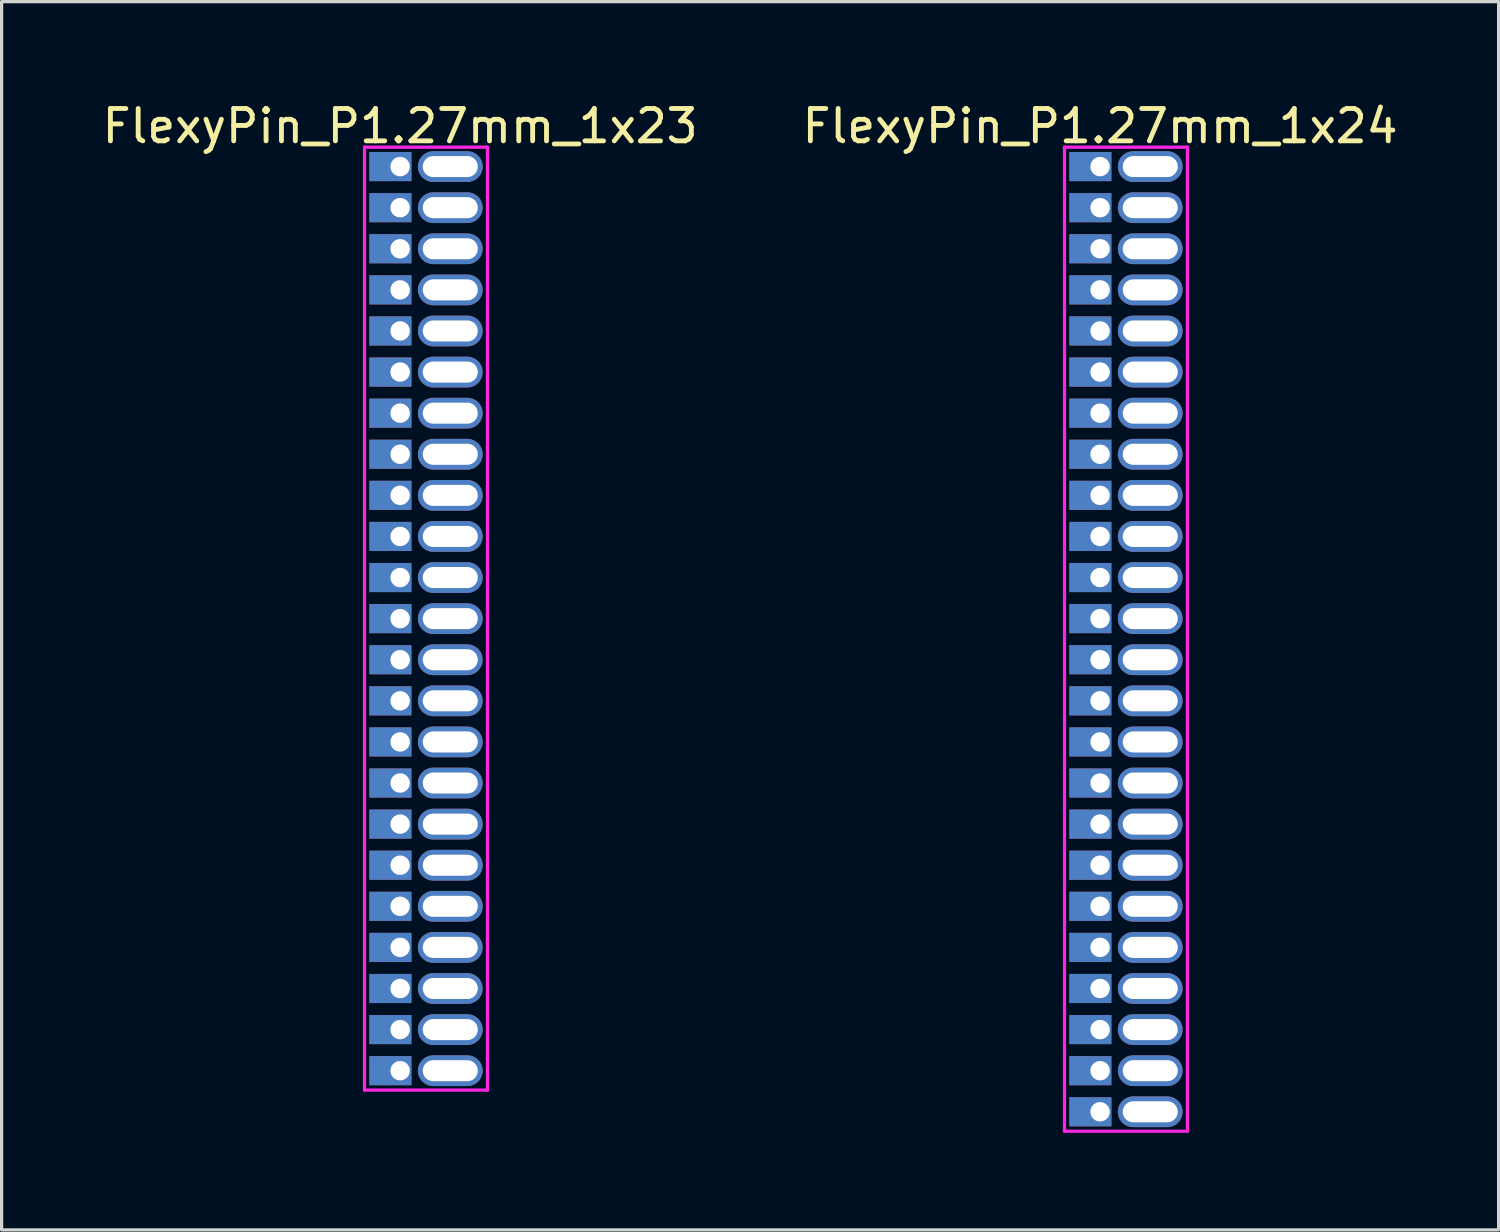
<source format=kicad_pcb>
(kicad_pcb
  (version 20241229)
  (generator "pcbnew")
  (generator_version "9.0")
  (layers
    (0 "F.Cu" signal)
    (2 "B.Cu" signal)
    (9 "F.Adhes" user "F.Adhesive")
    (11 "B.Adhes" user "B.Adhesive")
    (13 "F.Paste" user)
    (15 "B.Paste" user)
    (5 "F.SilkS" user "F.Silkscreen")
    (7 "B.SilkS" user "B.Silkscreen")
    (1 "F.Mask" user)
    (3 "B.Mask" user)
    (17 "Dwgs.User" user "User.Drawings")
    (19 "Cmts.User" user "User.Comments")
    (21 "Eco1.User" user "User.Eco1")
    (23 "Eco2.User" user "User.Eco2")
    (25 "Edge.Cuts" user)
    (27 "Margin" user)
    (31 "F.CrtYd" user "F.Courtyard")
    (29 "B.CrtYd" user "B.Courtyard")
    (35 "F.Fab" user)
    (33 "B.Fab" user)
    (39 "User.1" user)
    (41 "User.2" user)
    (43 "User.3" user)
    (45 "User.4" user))
  (footprint "FlexyPin_P1.27mm_1x24"
    (layer "F.Cu")
    (at 30.946 2.098)
    (property "Reference" "FlexyPin_P1.27mm_1x24" (at 0 -1.25 0) (layer "F.SilkS") (effects (font (size 1 1) (thickness 0.15))))
    (attr through_hole)
    (fp_line (start -1.1 -0.6) (end 2.7 -0.6) (stroke (width 0.1) (type solid)) (layer "F.CrtYd"))
    (fp_line (start -1.1 29.81) (end -1.1 -0.6) (stroke (width 0.1) (type solid)) (layer "F.CrtYd"))
    (fp_line (start 2.7 -0.6) (end 2.7 29.81) (stroke (width 0.1) (type solid)) (layer "F.CrtYd"))
    (fp_line (start 2.7 29.81) (end -1.1 29.81) (stroke (width 0.1) (type solid)) (layer "F.CrtYd"))
    (pad "" thru_hole oval (at 1.55 0) (size 2 0.95) (drill oval 1.7 0.65) (layers "*.Cu" "*.Mask"))
    (pad "" thru_hole oval (at 1.55 1.27) (size 2 0.95) (drill oval 1.7 0.65) (layers "*.Cu" "*.Mask"))
    (pad "" thru_hole oval (at 1.55 2.54) (size 2 0.95) (drill oval 1.7 0.65) (layers "*.Cu" "*.Mask"))
    (pad "" thru_hole oval (at 1.55 3.81) (size 2 0.95) (drill oval 1.7 0.65) (layers "*.Cu" "*.Mask"))
    (pad "" thru_hole oval (at 1.55 5.08) (size 2 0.95) (drill oval 1.7 0.65) (layers "*.Cu" "*.Mask"))
    (pad "" thru_hole oval (at 1.55 6.35) (size 2 0.95) (drill oval 1.7 0.65) (layers "*.Cu" "*.Mask"))
    (pad "" thru_hole oval (at 1.55 7.62) (size 2 0.95) (drill oval 1.7 0.65) (layers "*.Cu" "*.Mask"))
    (pad "" thru_hole oval (at 1.55 8.89) (size 2 0.95) (drill oval 1.7 0.65) (layers "*.Cu" "*.Mask"))
    (pad "" thru_hole oval (at 1.55 10.16) (size 2 0.95) (drill oval 1.7 0.65) (layers "*.Cu" "*.Mask"))
    (pad "" thru_hole oval (at 1.55 11.43) (size 2 0.95) (drill oval 1.7 0.65) (layers "*.Cu" "*.Mask"))
    (pad "" thru_hole oval (at 1.55 12.7) (size 2 0.95) (drill oval 1.7 0.65) (layers "*.Cu" "*.Mask"))
    (pad "" thru_hole oval (at 1.55 13.97) (size 2 0.95) (drill oval 1.7 0.65) (layers "*.Cu" "*.Mask"))
    (pad "" thru_hole oval (at 1.55 15.24) (size 2 0.95) (drill oval 1.7 0.65) (layers "*.Cu" "*.Mask"))
    (pad "" thru_hole oval (at 1.55 16.51) (size 2 0.95) (drill oval 1.7 0.65) (layers "*.Cu" "*.Mask"))
    (pad "" thru_hole oval (at 1.55 17.78) (size 2 0.95) (drill oval 1.7 0.65) (layers "*.Cu" "*.Mask"))
    (pad "" thru_hole oval (at 1.55 19.05) (size 2 0.95) (drill oval 1.7 0.65) (layers "*.Cu" "*.Mask"))
    (pad "" thru_hole oval (at 1.55 20.32) (size 2 0.95) (drill oval 1.7 0.65) (layers "*.Cu" "*.Mask"))
    (pad "" thru_hole oval (at 1.55 21.59) (size 2 0.95) (drill oval 1.7 0.65) (layers "*.Cu" "*.Mask"))
    (pad "" thru_hole oval (at 1.55 22.86) (size 2 0.95) (drill oval 1.7 0.65) (layers "*.Cu" "*.Mask"))
    (pad "" thru_hole oval (at 1.55 24.13) (size 2 0.95) (drill oval 1.7 0.65) (layers "*.Cu" "*.Mask"))
    (pad "" thru_hole oval (at 1.55 25.4) (size 2 0.95) (drill oval 1.7 0.65) (layers "*.Cu" "*.Mask"))
    (pad "" thru_hole oval (at 1.55 26.67) (size 2 0.95) (drill oval 1.7 0.65) (layers "*.Cu" "*.Mask"))
    (pad "" thru_hole oval (at 1.55 27.94) (size 2 0.95) (drill oval 1.7 0.65) (layers "*.Cu" "*.Mask"))
    (pad "" thru_hole oval (at 1.55 29.21) (size 2 0.95) (drill oval 1.7 0.65) (layers "*.Cu" "*.Mask"))
    (pad "1" thru_hole rect (at 0 0) (size 1.3 0.9) (drill 0.6 (offset -0.3 0)) (layers "*.Cu" "*.Mask"))
    (pad "2" thru_hole rect (at 0 1.27) (size 1.3 0.9) (drill 0.6 (offset -0.3 0)) (layers "*.Cu" "*.Mask"))
    (pad "3" thru_hole rect (at 0 2.54) (size 1.3 0.9) (drill 0.6 (offset -0.3 0)) (layers "*.Cu" "*.Mask"))
    (pad "4" thru_hole rect (at 0 3.81) (size 1.3 0.9) (drill 0.6 (offset -0.3 0)) (layers "*.Cu" "*.Mask"))
    (pad "5" thru_hole rect (at 0 5.08) (size 1.3 0.9) (drill 0.6 (offset -0.3 0)) (layers "*.Cu" "*.Mask"))
    (pad "6" thru_hole rect (at 0 6.35) (size 1.3 0.9) (drill 0.6 (offset -0.3 0)) (layers "*.Cu" "*.Mask"))
    (pad "7" thru_hole rect (at 0 7.62) (size 1.3 0.9) (drill 0.6 (offset -0.3 0)) (layers "*.Cu" "*.Mask"))
    (pad "8" thru_hole rect (at 0 8.89) (size 1.3 0.9) (drill 0.6 (offset -0.3 0)) (layers "*.Cu" "*.Mask"))
    (pad "9" thru_hole rect (at 0 10.16) (size 1.3 0.9) (drill 0.6 (offset -0.3 0)) (layers "*.Cu" "*.Mask"))
    (pad "10" thru_hole rect (at 0 11.43) (size 1.3 0.9) (drill 0.6 (offset -0.3 0)) (layers "*.Cu" "*.Mask"))
    (pad "11" thru_hole rect (at 0 12.7) (size 1.3 0.9) (drill 0.6 (offset -0.3 0)) (layers "*.Cu" "*.Mask"))
    (pad "12" thru_hole rect (at 0 13.97) (size 1.3 0.9) (drill 0.6 (offset -0.3 0)) (layers "*.Cu" "*.Mask"))
    (pad "13" thru_hole rect (at 0 15.24) (size 1.3 0.9) (drill 0.6 (offset -0.3 0)) (layers "*.Cu" "*.Mask"))
    (pad "14" thru_hole rect (at 0 16.51) (size 1.3 0.9) (drill 0.6 (offset -0.3 0)) (layers "*.Cu" "*.Mask"))
    (pad "15" thru_hole rect (at 0 17.78) (size 1.3 0.9) (drill 0.6 (offset -0.3 0)) (layers "*.Cu" "*.Mask"))
    (pad "16" thru_hole rect (at 0 19.05) (size 1.3 0.9) (drill 0.6 (offset -0.3 0)) (layers "*.Cu" "*.Mask"))
    (pad "17" thru_hole rect (at 0 20.32) (size 1.3 0.9) (drill 0.6 (offset -0.3 0)) (layers "*.Cu" "*.Mask"))
    (pad "18" thru_hole rect (at 0 21.59) (size 1.3 0.9) (drill 0.6 (offset -0.3 0)) (layers "*.Cu" "*.Mask"))
    (pad "19" thru_hole rect (at 0 22.86) (size 1.3 0.9) (drill 0.6 (offset -0.3 0)) (layers "*.Cu" "*.Mask"))
    (pad "20" thru_hole rect (at 0 24.13) (size 1.3 0.9) (drill 0.6 (offset -0.3 0)) (layers "*.Cu" "*.Mask"))
    (pad "21" thru_hole rect (at 0 25.4) (size 1.3 0.9) (drill 0.6 (offset -0.3 0)) (layers "*.Cu" "*.Mask"))
    (pad "22" thru_hole rect (at 0 26.67) (size 1.3 0.9) (drill 0.6 (offset -0.3 0)) (layers "*.Cu" "*.Mask"))
    (pad "23" thru_hole rect (at 0 27.94) (size 1.3 0.9) (drill 0.6 (offset -0.3 0)) (layers "*.Cu" "*.Mask"))
    (pad "24" thru_hole rect (at 0 29.21) (size 1.3 0.9) (drill 0.6 (offset -0.3 0)) (layers "*.Cu" "*.Mask")))
  (footprint "FlexyPin_P1.27mm_1x23"
    (layer "F.Cu")
    (at 9.315 2.098)
    (property "Reference" "FlexyPin_P1.27mm_1x23" (at 0 -1.25 0) (layer "F.SilkS") (effects (font (size 1 1) (thickness 0.15))))
    (attr through_hole)
    (fp_line (start -1.1 -0.6) (end 2.7 -0.6) (stroke (width 0.1) (type solid)) (layer "F.CrtYd"))
    (fp_line (start -1.1 28.54) (end -1.1 -0.6) (stroke (width 0.1) (type solid)) (layer "F.CrtYd"))
    (fp_line (start 2.7 -0.6) (end 2.7 28.54) (stroke (width 0.1) (type solid)) (layer "F.CrtYd"))
    (fp_line (start 2.7 28.54) (end -1.1 28.54) (stroke (width 0.1) (type solid)) (layer "F.CrtYd"))
    (pad "" thru_hole oval (at 1.55 0) (size 2 0.95) (drill oval 1.7 0.65) (layers "*.Cu" "*.Mask"))
    (pad "" thru_hole oval (at 1.55 1.27) (size 2 0.95) (drill oval 1.7 0.65) (layers "*.Cu" "*.Mask"))
    (pad "" thru_hole oval (at 1.55 2.54) (size 2 0.95) (drill oval 1.7 0.65) (layers "*.Cu" "*.Mask"))
    (pad "" thru_hole oval (at 1.55 3.81) (size 2 0.95) (drill oval 1.7 0.65) (layers "*.Cu" "*.Mask"))
    (pad "" thru_hole oval (at 1.55 5.08) (size 2 0.95) (drill oval 1.7 0.65) (layers "*.Cu" "*.Mask"))
    (pad "" thru_hole oval (at 1.55 6.35) (size 2 0.95) (drill oval 1.7 0.65) (layers "*.Cu" "*.Mask"))
    (pad "" thru_hole oval (at 1.55 7.62) (size 2 0.95) (drill oval 1.7 0.65) (layers "*.Cu" "*.Mask"))
    (pad "" thru_hole oval (at 1.55 8.89) (size 2 0.95) (drill oval 1.7 0.65) (layers "*.Cu" "*.Mask"))
    (pad "" thru_hole oval (at 1.55 10.16) (size 2 0.95) (drill oval 1.7 0.65) (layers "*.Cu" "*.Mask"))
    (pad "" thru_hole oval (at 1.55 11.43) (size 2 0.95) (drill oval 1.7 0.65) (layers "*.Cu" "*.Mask"))
    (pad "" thru_hole oval (at 1.55 12.7) (size 2 0.95) (drill oval 1.7 0.65) (layers "*.Cu" "*.Mask"))
    (pad "" thru_hole oval (at 1.55 13.97) (size 2 0.95) (drill oval 1.7 0.65) (layers "*.Cu" "*.Mask"))
    (pad "" thru_hole oval (at 1.55 15.24) (size 2 0.95) (drill oval 1.7 0.65) (layers "*.Cu" "*.Mask"))
    (pad "" thru_hole oval (at 1.55 16.51) (size 2 0.95) (drill oval 1.7 0.65) (layers "*.Cu" "*.Mask"))
    (pad "" thru_hole oval (at 1.55 17.78) (size 2 0.95) (drill oval 1.7 0.65) (layers "*.Cu" "*.Mask"))
    (pad "" thru_hole oval (at 1.55 19.05) (size 2 0.95) (drill oval 1.7 0.65) (layers "*.Cu" "*.Mask"))
    (pad "" thru_hole oval (at 1.55 20.32) (size 2 0.95) (drill oval 1.7 0.65) (layers "*.Cu" "*.Mask"))
    (pad "" thru_hole oval (at 1.55 21.59) (size 2 0.95) (drill oval 1.7 0.65) (layers "*.Cu" "*.Mask"))
    (pad "" thru_hole oval (at 1.55 22.86) (size 2 0.95) (drill oval 1.7 0.65) (layers "*.Cu" "*.Mask"))
    (pad "" thru_hole oval (at 1.55 24.13) (size 2 0.95) (drill oval 1.7 0.65) (layers "*.Cu" "*.Mask"))
    (pad "" thru_hole oval (at 1.55 25.4) (size 2 0.95) (drill oval 1.7 0.65) (layers "*.Cu" "*.Mask"))
    (pad "" thru_hole oval (at 1.55 26.67) (size 2 0.95) (drill oval 1.7 0.65) (layers "*.Cu" "*.Mask"))
    (pad "" thru_hole oval (at 1.55 27.94) (size 2 0.95) (drill oval 1.7 0.65) (layers "*.Cu" "*.Mask"))
    (pad "1" thru_hole rect (at 0 0) (size 1.3 0.9) (drill 0.6 (offset -0.3 0)) (layers "*.Cu" "*.Mask"))
    (pad "2" thru_hole rect (at 0 1.27) (size 1.3 0.9) (drill 0.6 (offset -0.3 0)) (layers "*.Cu" "*.Mask"))
    (pad "3" thru_hole rect (at 0 2.54) (size 1.3 0.9) (drill 0.6 (offset -0.3 0)) (layers "*.Cu" "*.Mask"))
    (pad "4" thru_hole rect (at 0 3.81) (size 1.3 0.9) (drill 0.6 (offset -0.3 0)) (layers "*.Cu" "*.Mask"))
    (pad "5" thru_hole rect (at 0 5.08) (size 1.3 0.9) (drill 0.6 (offset -0.3 0)) (layers "*.Cu" "*.Mask"))
    (pad "6" thru_hole rect (at 0 6.35) (size 1.3 0.9) (drill 0.6 (offset -0.3 0)) (layers "*.Cu" "*.Mask"))
    (pad "7" thru_hole rect (at 0 7.62) (size 1.3 0.9) (drill 0.6 (offset -0.3 0)) (layers "*.Cu" "*.Mask"))
    (pad "8" thru_hole rect (at 0 8.89) (size 1.3 0.9) (drill 0.6 (offset -0.3 0)) (layers "*.Cu" "*.Mask"))
    (pad "9" thru_hole rect (at 0 10.16) (size 1.3 0.9) (drill 0.6 (offset -0.3 0)) (layers "*.Cu" "*.Mask"))
    (pad "10" thru_hole rect (at 0 11.43) (size 1.3 0.9) (drill 0.6 (offset -0.3 0)) (layers "*.Cu" "*.Mask"))
    (pad "11" thru_hole rect (at 0 12.7) (size 1.3 0.9) (drill 0.6 (offset -0.3 0)) (layers "*.Cu" "*.Mask"))
    (pad "12" thru_hole rect (at 0 13.97) (size 1.3 0.9) (drill 0.6 (offset -0.3 0)) (layers "*.Cu" "*.Mask"))
    (pad "13" thru_hole rect (at 0 15.24) (size 1.3 0.9) (drill 0.6 (offset -0.3 0)) (layers "*.Cu" "*.Mask"))
    (pad "14" thru_hole rect (at 0 16.51) (size 1.3 0.9) (drill 0.6 (offset -0.3 0)) (layers "*.Cu" "*.Mask"))
    (pad "15" thru_hole rect (at 0 17.78) (size 1.3 0.9) (drill 0.6 (offset -0.3 0)) (layers "*.Cu" "*.Mask"))
    (pad "16" thru_hole rect (at 0 19.05) (size 1.3 0.9) (drill 0.6 (offset -0.3 0)) (layers "*.Cu" "*.Mask"))
    (pad "17" thru_hole rect (at 0 20.32) (size 1.3 0.9) (drill 0.6 (offset -0.3 0)) (layers "*.Cu" "*.Mask"))
    (pad "18" thru_hole rect (at 0 21.59) (size 1.3 0.9) (drill 0.6 (offset -0.3 0)) (layers "*.Cu" "*.Mask"))
    (pad "19" thru_hole rect (at 0 22.86) (size 1.3 0.9) (drill 0.6 (offset -0.3 0)) (layers "*.Cu" "*.Mask"))
    (pad "20" thru_hole rect (at 0 24.13) (size 1.3 0.9) (drill 0.6 (offset -0.3 0)) (layers "*.Cu" "*.Mask"))
    (pad "21" thru_hole rect (at 0 25.4) (size 1.3 0.9) (drill 0.6 (offset -0.3 0)) (layers "*.Cu" "*.Mask"))
    (pad "22" thru_hole rect (at 0 26.67) (size 1.3 0.9) (drill 0.6 (offset -0.3 0)) (layers "*.Cu" "*.Mask"))
    (pad "23" thru_hole rect (at 0 27.94) (size 1.3 0.9) (drill 0.6 (offset -0.3 0)) (layers "*.Cu" "*.Mask")))
  (gr_rect
    (start -3 -3)
    (end 43.262 34.958)
    (stroke (width 0.1) (type default))
    (fill no)
    (layer "Edge.Cuts")))
</source>
